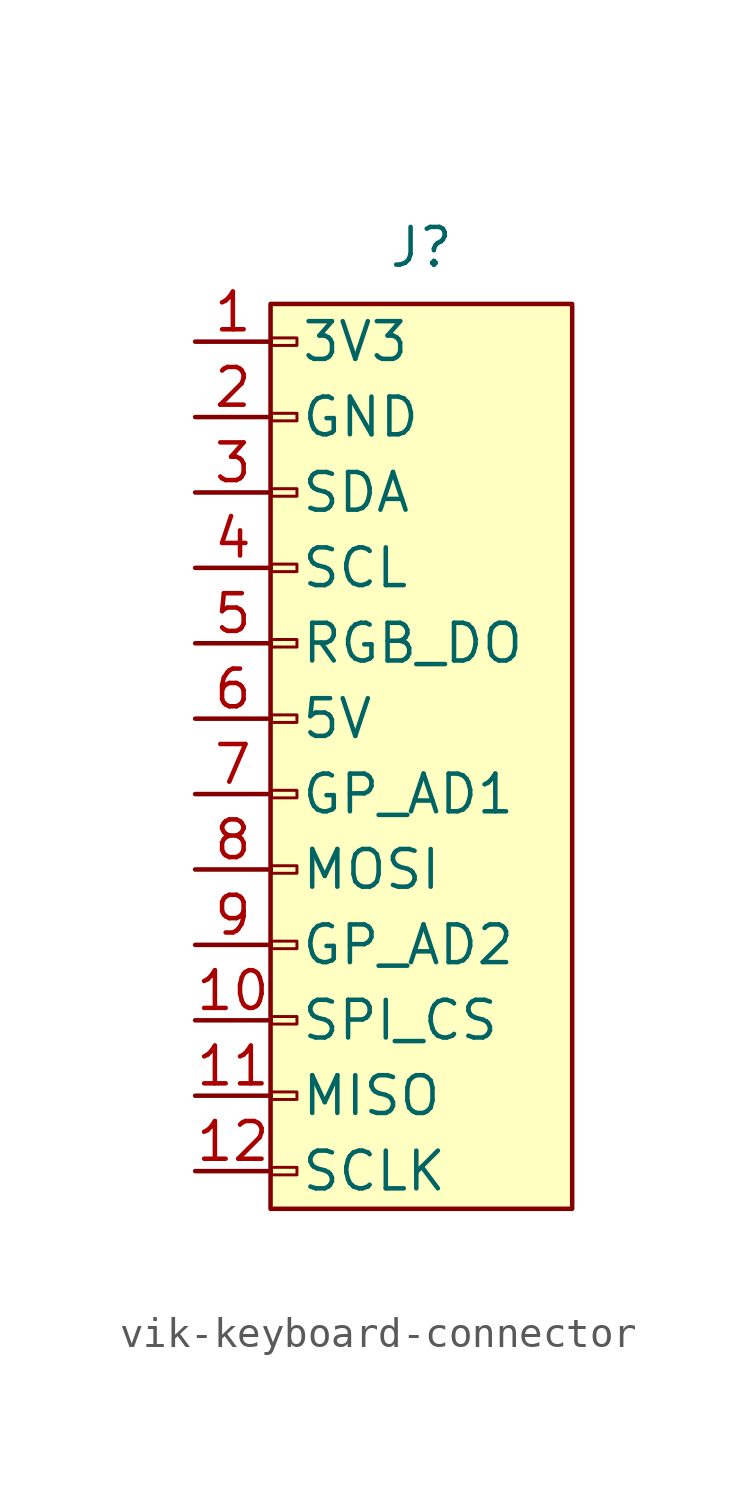
<source format=kicad_sym>
(kicad_symbol_lib
  (version 20220914)
  (generator kicad_symbol_editor)
  (symbol "vik-keyboard-connector"
    (pin_names
      (offset 1))
    (property "Reference" "J"
      (at 0 15.875 0)
      (effects (font (size 1.27 1.27))))
    (property "Value" ""
      (at 0 6.35 0)
      (effects (font (size 1.27 1.27))))
    (symbol "vik-keyboard-connector_1_1"
      (rectangle (start -5.08 13.97) (end 5.08 -16.51) (stroke (width 0) (type default)) (fill (type background)))
      (rectangle (start -5.055 -15.113) (end -4.191 -15.367) (stroke (width 0.1) (type default)) (fill (type none)))
      (rectangle (start -5.055 -12.573) (end -4.191 -12.827) (stroke (width 0.1) (type default)) (fill (type none)))
      (rectangle (start -5.055 -10.033) (end -4.191 -10.287) (stroke (width 0.1) (type default)) (fill (type none)))
      (rectangle (start -5.055 -7.493) (end -4.191 -7.747) (stroke (width 0.1) (type default)) (fill (type none)))
      (rectangle (start -5.055 -4.953) (end -4.191 -5.207) (stroke (width 0.1) (type default)) (fill (type none)))
      (rectangle (start -5.055 -2.413) (end -4.191 -2.667) (stroke (width 0.1) (type default)) (fill (type none)))
      (rectangle (start -5.055 0.127) (end -4.191 -0.127) (stroke (width 0.1) (type default)) (fill (type none)))
      (rectangle (start -5.055 2.667) (end -4.191 2.413) (stroke (width 0.1) (type default)) (fill (type none)))
      (rectangle (start -5.055 5.207) (end -4.191 4.953) (stroke (width 0.1) (type default)) (fill (type none)))
      (rectangle (start -5.055 7.747) (end -4.191 7.493) (stroke (width 0.1) (type default)) (fill (type none)))
      (rectangle (start -5.055 10.287) (end -4.191 10.033) (stroke (width 0.1) (type default)) (fill (type none)))
      (rectangle (start -5.055 12.827) (end -4.191 12.573) (stroke (width 0.1) (type default)) (fill (type none)))
      (pin power_in line (at -7.62 12.7 0) (length 2.54) (name "3V3" (effects (font (size 1.27 1.27)))) (number "1" (effects (font (size 1.27 1.27)))))
      (pin input line (at -7.62 -10.16 0) (length 2.54) (name "SPI_CS" (effects (font (size 1.27 1.27)))) (number "10" (effects (font (size 1.27 1.27)))))
      (pin tri_state line (at -7.62 -12.7 0) (length 2.54) (name "MISO" (effects (font (size 1.27 1.27)))) (number "11" (effects (font (size 1.27 1.27)))))
      (pin input line (at -7.62 -15.24 0) (length 2.54) (name "SCLK" (effects (font (size 1.27 1.27)))) (number "12" (effects (font (size 1.27 1.27)))))
      (pin power_in line (at -7.62 10.16 0) (length 2.54) (name "GND" (effects (font (size 1.27 1.27)))) (number "2" (effects (font (size 1.27 1.27)))))
      (pin bidirectional line (at -7.62 7.62 0) (length 2.54) (name "SDA" (effects (font (size 1.27 1.27)))) (number "3" (effects (font (size 1.27 1.27)))))
      (pin bidirectional line (at -7.62 5.08 0) (length 2.54) (name "SCL" (effects (font (size 1.27 1.27)))) (number "4" (effects (font (size 1.27 1.27)))))
      (pin input line (at -7.62 2.54 0) (length 2.54) (name "RGB_DO" (effects (font (size 1.27 1.27)))) (number "5" (effects (font (size 1.27 1.27)))))
      (pin power_in line (at -7.62 0 0) (length 2.54) (name "5V" (effects (font (size 1.27 1.27)))) (number "6" (effects (font (size 1.27 1.27)))))
      (pin bidirectional line (at -7.62 -2.54 0) (length 2.54) (name "GP_AD1" (effects (font (size 1.27 1.27)))) (number "7" (effects (font (size 1.27 1.27)))))
      (pin input line (at -7.62 -5.08 0) (length 2.54) (name "MOSI" (effects (font (size 1.27 1.27)))) (number "8" (effects (font (size 1.27 1.27)))))
      (pin bidirectional line (at -7.62 -7.62 0) (length 2.54) (name "GP_AD2" (effects (font (size 1.27 1.27)))) (number "9" (effects (font (size 1.27 1.27))))))))
</source>
